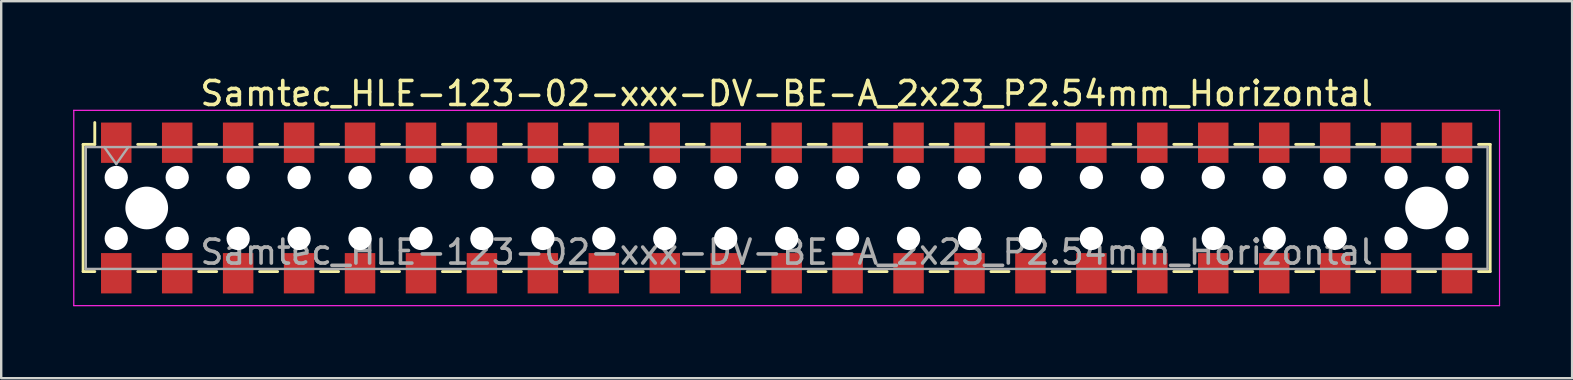
<source format=kicad_pcb>
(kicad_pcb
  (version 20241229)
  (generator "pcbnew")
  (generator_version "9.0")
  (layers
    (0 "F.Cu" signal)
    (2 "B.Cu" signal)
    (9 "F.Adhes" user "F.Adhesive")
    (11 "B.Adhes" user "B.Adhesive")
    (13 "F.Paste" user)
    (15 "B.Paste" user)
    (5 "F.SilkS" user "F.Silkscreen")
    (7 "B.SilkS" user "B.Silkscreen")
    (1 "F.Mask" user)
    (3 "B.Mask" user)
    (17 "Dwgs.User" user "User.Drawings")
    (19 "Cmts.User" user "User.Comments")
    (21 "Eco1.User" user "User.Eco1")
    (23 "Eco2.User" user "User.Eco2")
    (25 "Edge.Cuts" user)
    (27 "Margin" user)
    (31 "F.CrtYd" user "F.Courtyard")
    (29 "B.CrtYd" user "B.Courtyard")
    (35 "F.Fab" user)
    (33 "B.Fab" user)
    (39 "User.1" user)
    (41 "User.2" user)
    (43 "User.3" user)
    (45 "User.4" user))
  (footprint "Samtec_HLE-123-02-xxx-DV-BE-A_2x23_P2.54mm_Horizontal"
    (layer "F.Cu")
    (at 29.735 5.618)
    (property "Reference" "Samtec_HLE-123-02-xxx-DV-BE-A_2x23_P2.54mm_Horizontal" (at 0 -4.77 0) (layer "F.SilkS") (effects (font (size 1 1) (thickness 0.15))))
    (attr smd)
    (fp_line (start -29.32 -2.65) (end -29.32 2.65) (stroke (width 0.12) (type solid)) (layer "F.SilkS"))
    (fp_line (start -29.32 2.65) (end -28.835 2.65) (stroke (width 0.12) (type solid)) (layer "F.SilkS"))
    (fp_line (start -28.835 -3.56) (end -28.835 -2.65) (stroke (width 0.12) (type solid)) (layer "F.SilkS"))
    (fp_line (start -28.835 -2.65) (end -29.32 -2.65) (stroke (width 0.12) (type solid)) (layer "F.SilkS"))
    (fp_line (start -27.045 -2.65) (end -26.295 -2.65) (stroke (width 0.12) (type solid)) (layer "F.SilkS"))
    (fp_line (start -27.045 2.65) (end -26.295 2.65) (stroke (width 0.12) (type solid)) (layer "F.SilkS"))
    (fp_line (start -24.505 -2.65) (end -23.755 -2.65) (stroke (width 0.12) (type solid)) (layer "F.SilkS"))
    (fp_line (start -24.505 2.65) (end -23.755 2.65) (stroke (width 0.12) (type solid)) (layer "F.SilkS"))
    (fp_line (start -21.965 -2.65) (end -21.215 -2.65) (stroke (width 0.12) (type solid)) (layer "F.SilkS"))
    (fp_line (start -21.965 2.65) (end -21.215 2.65) (stroke (width 0.12) (type solid)) (layer "F.SilkS"))
    (fp_line (start -19.425 -2.65) (end -18.675 -2.65) (stroke (width 0.12) (type solid)) (layer "F.SilkS"))
    (fp_line (start -19.425 2.65) (end -18.675 2.65) (stroke (width 0.12) (type solid)) (layer "F.SilkS"))
    (fp_line (start -16.885 -2.65) (end -16.135 -2.65) (stroke (width 0.12) (type solid)) (layer "F.SilkS"))
    (fp_line (start -16.885 2.65) (end -16.135 2.65) (stroke (width 0.12) (type solid)) (layer "F.SilkS"))
    (fp_line (start -14.345 -2.65) (end -13.595 -2.65) (stroke (width 0.12) (type solid)) (layer "F.SilkS"))
    (fp_line (start -14.345 2.65) (end -13.595 2.65) (stroke (width 0.12) (type solid)) (layer "F.SilkS"))
    (fp_line (start -11.805 -2.65) (end -11.055 -2.65) (stroke (width 0.12) (type solid)) (layer "F.SilkS"))
    (fp_line (start -11.805 2.65) (end -11.055 2.65) (stroke (width 0.12) (type solid)) (layer "F.SilkS"))
    (fp_line (start -9.265 -2.65) (end -8.515 -2.65) (stroke (width 0.12) (type solid)) (layer "F.SilkS"))
    (fp_line (start -9.265 2.65) (end -8.515 2.65) (stroke (width 0.12) (type solid)) (layer "F.SilkS"))
    (fp_line (start -6.725 -2.65) (end -5.975 -2.65) (stroke (width 0.12) (type solid)) (layer "F.SilkS"))
    (fp_line (start -6.725 2.65) (end -5.975 2.65) (stroke (width 0.12) (type solid)) (layer "F.SilkS"))
    (fp_line (start -4.185 -2.65) (end -3.435 -2.65) (stroke (width 0.12) (type solid)) (layer "F.SilkS"))
    (fp_line (start -4.185 2.65) (end -3.435 2.65) (stroke (width 0.12) (type solid)) (layer "F.SilkS"))
    (fp_line (start -1.645 -2.65) (end -0.895 -2.65) (stroke (width 0.12) (type solid)) (layer "F.SilkS"))
    (fp_line (start -1.645 2.65) (end -0.895 2.65) (stroke (width 0.12) (type solid)) (layer "F.SilkS"))
    (fp_line (start 0.895 -2.65) (end 1.645 -2.65) (stroke (width 0.12) (type solid)) (layer "F.SilkS"))
    (fp_line (start 0.895 2.65) (end 1.645 2.65) (stroke (width 0.12) (type solid)) (layer "F.SilkS"))
    (fp_line (start 3.435 -2.65) (end 4.185 -2.65) (stroke (width 0.12) (type solid)) (layer "F.SilkS"))
    (fp_line (start 3.435 2.65) (end 4.185 2.65) (stroke (width 0.12) (type solid)) (layer "F.SilkS"))
    (fp_line (start 5.975 -2.65) (end 6.725 -2.65) (stroke (width 0.12) (type solid)) (layer "F.SilkS"))
    (fp_line (start 5.975 2.65) (end 6.725 2.65) (stroke (width 0.12) (type solid)) (layer "F.SilkS"))
    (fp_line (start 8.515 -2.65) (end 9.265 -2.65) (stroke (width 0.12) (type solid)) (layer "F.SilkS"))
    (fp_line (start 8.515 2.65) (end 9.265 2.65) (stroke (width 0.12) (type solid)) (layer "F.SilkS"))
    (fp_line (start 11.055 -2.65) (end 11.805 -2.65) (stroke (width 0.12) (type solid)) (layer "F.SilkS"))
    (fp_line (start 11.055 2.65) (end 11.805 2.65) (stroke (width 0.12) (type solid)) (layer "F.SilkS"))
    (fp_line (start 13.595 -2.65) (end 14.345 -2.65) (stroke (width 0.12) (type solid)) (layer "F.SilkS"))
    (fp_line (start 13.595 2.65) (end 14.345 2.65) (stroke (width 0.12) (type solid)) (layer "F.SilkS"))
    (fp_line (start 16.135 -2.65) (end 16.885 -2.65) (stroke (width 0.12) (type solid)) (layer "F.SilkS"))
    (fp_line (start 16.135 2.65) (end 16.885 2.65) (stroke (width 0.12) (type solid)) (layer "F.SilkS"))
    (fp_line (start 18.675 -2.65) (end 19.425 -2.65) (stroke (width 0.12) (type solid)) (layer "F.SilkS"))
    (fp_line (start 18.675 2.65) (end 19.425 2.65) (stroke (width 0.12) (type solid)) (layer "F.SilkS"))
    (fp_line (start 21.215 -2.65) (end 21.965 -2.65) (stroke (width 0.12) (type solid)) (layer "F.SilkS"))
    (fp_line (start 21.215 2.65) (end 21.965 2.65) (stroke (width 0.12) (type solid)) (layer "F.SilkS"))
    (fp_line (start 23.755 -2.65) (end 24.505 -2.65) (stroke (width 0.12) (type solid)) (layer "F.SilkS"))
    (fp_line (start 23.755 2.65) (end 24.505 2.65) (stroke (width 0.12) (type solid)) (layer "F.SilkS"))
    (fp_line (start 26.295 -2.65) (end 27.045 -2.65) (stroke (width 0.12) (type solid)) (layer "F.SilkS"))
    (fp_line (start 26.295 2.65) (end 27.045 2.65) (stroke (width 0.12) (type solid)) (layer "F.SilkS"))
    (fp_line (start 28.835 -2.65) (end 29.32 -2.65) (stroke (width 0.12) (type solid)) (layer "F.SilkS"))
    (fp_line (start 29.32 -2.65) (end 29.32 2.65) (stroke (width 0.12) (type solid)) (layer "F.SilkS"))
    (fp_line (start 29.32 2.65) (end 28.835 2.65) (stroke (width 0.12) (type solid)) (layer "F.SilkS"))
    (fp_line (start -29.71 -4.07) (end 29.71 -4.07) (stroke (width 0.05) (type solid)) (layer "F.CrtYd"))
    (fp_line (start -29.71 4.07) (end -29.71 -4.07) (stroke (width 0.05) (type solid)) (layer "F.CrtYd"))
    (fp_line (start 29.71 -4.07) (end 29.71 4.07) (stroke (width 0.05) (type solid)) (layer "F.CrtYd"))
    (fp_line (start 29.71 4.07) (end -29.71 4.07) (stroke (width 0.05) (type solid)) (layer "F.CrtYd"))
    (fp_line (start -29.21 -2.54) (end 29.21 -2.54) (stroke (width 0.1) (type solid)) (layer "F.Fab"))
    (fp_line (start -29.21 2.54) (end -29.21 -2.54) (stroke (width 0.1) (type solid)) (layer "F.Fab"))
    (fp_line (start -28.44 -2.54) (end -27.94 -1.833) (stroke (width 0.1) (type solid)) (layer "F.Fab"))
    (fp_line (start -27.94 -1.833) (end -27.44 -2.54) (stroke (width 0.1) (type solid)) (layer "F.Fab"))
    (fp_line (start 29.21 -2.54) (end 29.21 2.54) (stroke (width 0.1) (type solid)) (layer "F.Fab"))
    (fp_line (start 29.21 2.54) (end -29.21 2.54) (stroke (width 0.1) (type solid)) (layer "F.Fab"))
    (fp_text user "${REFERENCE}" (at 0 1.84 0) (layer "F.Fab") (effects (font (size 1 1) (thickness 0.15))))
    (pad "" np_thru_hole circle (at -27.94 -1.27) (size 0.97 0.97) (drill 0.97) (layers "*.Cu" "*.Mask"))
    (pad "" np_thru_hole circle (at -27.94 1.27) (size 0.97 0.97) (drill 0.97) (layers "*.Cu" "*.Mask"))
    (pad "" np_thru_hole circle (at -26.67 0) (size 1.78 1.78) (drill 1.78) (layers "*.Cu" "*.Mask"))
    (pad "" np_thru_hole circle (at -25.4 -1.27) (size 0.97 0.97) (drill 0.97) (layers "*.Cu" "*.Mask"))
    (pad "" np_thru_hole circle (at -25.4 1.27) (size 0.97 0.97) (drill 0.97) (layers "*.Cu" "*.Mask"))
    (pad "" np_thru_hole circle (at -22.86 -1.27) (size 0.97 0.97) (drill 0.97) (layers "*.Cu" "*.Mask"))
    (pad "" np_thru_hole circle (at -22.86 1.27) (size 0.97 0.97) (drill 0.97) (layers "*.Cu" "*.Mask"))
    (pad "" np_thru_hole circle (at -20.32 -1.27) (size 0.97 0.97) (drill 0.97) (layers "*.Cu" "*.Mask"))
    (pad "" np_thru_hole circle (at -20.32 1.27) (size 0.97 0.97) (drill 0.97) (layers "*.Cu" "*.Mask"))
    (pad "" np_thru_hole circle (at -17.78 -1.27) (size 0.97 0.97) (drill 0.97) (layers "*.Cu" "*.Mask"))
    (pad "" np_thru_hole circle (at -17.78 1.27) (size 0.97 0.97) (drill 0.97) (layers "*.Cu" "*.Mask"))
    (pad "" np_thru_hole circle (at -15.24 -1.27) (size 0.97 0.97) (drill 0.97) (layers "*.Cu" "*.Mask"))
    (pad "" np_thru_hole circle (at -15.24 1.27) (size 0.97 0.97) (drill 0.97) (layers "*.Cu" "*.Mask"))
    (pad "" np_thru_hole circle (at -12.7 -1.27) (size 0.97 0.97) (drill 0.97) (layers "*.Cu" "*.Mask"))
    (pad "" np_thru_hole circle (at -12.7 1.27) (size 0.97 0.97) (drill 0.97) (layers "*.Cu" "*.Mask"))
    (pad "" np_thru_hole circle (at -10.16 -1.27) (size 0.97 0.97) (drill 0.97) (layers "*.Cu" "*.Mask"))
    (pad "" np_thru_hole circle (at -10.16 1.27) (size 0.97 0.97) (drill 0.97) (layers "*.Cu" "*.Mask"))
    (pad "" np_thru_hole circle (at -7.62 -1.27) (size 0.97 0.97) (drill 0.97) (layers "*.Cu" "*.Mask"))
    (pad "" np_thru_hole circle (at -7.62 1.27) (size 0.97 0.97) (drill 0.97) (layers "*.Cu" "*.Mask"))
    (pad "" np_thru_hole circle (at -5.08 -1.27) (size 0.97 0.97) (drill 0.97) (layers "*.Cu" "*.Mask"))
    (pad "" np_thru_hole circle (at -5.08 1.27) (size 0.97 0.97) (drill 0.97) (layers "*.Cu" "*.Mask"))
    (pad "" np_thru_hole circle (at -2.54 -1.27) (size 0.97 0.97) (drill 0.97) (layers "*.Cu" "*.Mask"))
    (pad "" np_thru_hole circle (at -2.54 1.27) (size 0.97 0.97) (drill 0.97) (layers "*.Cu" "*.Mask"))
    (pad "" np_thru_hole circle (at 0 -1.27) (size 0.97 0.97) (drill 0.97) (layers "*.Cu" "*.Mask"))
    (pad "" np_thru_hole circle (at 0 1.27) (size 0.97 0.97) (drill 0.97) (layers "*.Cu" "*.Mask"))
    (pad "" np_thru_hole circle (at 2.54 -1.27) (size 0.97 0.97) (drill 0.97) (layers "*.Cu" "*.Mask"))
    (pad "" np_thru_hole circle (at 2.54 1.27) (size 0.97 0.97) (drill 0.97) (layers "*.Cu" "*.Mask"))
    (pad "" np_thru_hole circle (at 5.08 -1.27) (size 0.97 0.97) (drill 0.97) (layers "*.Cu" "*.Mask"))
    (pad "" np_thru_hole circle (at 5.08 1.27) (size 0.97 0.97) (drill 0.97) (layers "*.Cu" "*.Mask"))
    (pad "" np_thru_hole circle (at 7.62 -1.27) (size 0.97 0.97) (drill 0.97) (layers "*.Cu" "*.Mask"))
    (pad "" np_thru_hole circle (at 7.62 1.27) (size 0.97 0.97) (drill 0.97) (layers "*.Cu" "*.Mask"))
    (pad "" np_thru_hole circle (at 10.16 -1.27) (size 0.97 0.97) (drill 0.97) (layers "*.Cu" "*.Mask"))
    (pad "" np_thru_hole circle (at 10.16 1.27) (size 0.97 0.97) (drill 0.97) (layers "*.Cu" "*.Mask"))
    (pad "" np_thru_hole circle (at 12.7 -1.27) (size 0.97 0.97) (drill 0.97) (layers "*.Cu" "*.Mask"))
    (pad "" np_thru_hole circle (at 12.7 1.27) (size 0.97 0.97) (drill 0.97) (layers "*.Cu" "*.Mask"))
    (pad "" np_thru_hole circle (at 15.24 -1.27) (size 0.97 0.97) (drill 0.97) (layers "*.Cu" "*.Mask"))
    (pad "" np_thru_hole circle (at 15.24 1.27) (size 0.97 0.97) (drill 0.97) (layers "*.Cu" "*.Mask"))
    (pad "" np_thru_hole circle (at 17.78 -1.27) (size 0.97 0.97) (drill 0.97) (layers "*.Cu" "*.Mask"))
    (pad "" np_thru_hole circle (at 17.78 1.27) (size 0.97 0.97) (drill 0.97) (layers "*.Cu" "*.Mask"))
    (pad "" np_thru_hole circle (at 20.32 -1.27) (size 0.97 0.97) (drill 0.97) (layers "*.Cu" "*.Mask"))
    (pad "" np_thru_hole circle (at 20.32 1.27) (size 0.97 0.97) (drill 0.97) (layers "*.Cu" "*.Mask"))
    (pad "" np_thru_hole circle (at 22.86 -1.27) (size 0.97 0.97) (drill 0.97) (layers "*.Cu" "*.Mask"))
    (pad "" np_thru_hole circle (at 22.86 1.27) (size 0.97 0.97) (drill 0.97) (layers "*.Cu" "*.Mask"))
    (pad "" np_thru_hole circle (at 25.4 -1.27) (size 0.97 0.97) (drill 0.97) (layers "*.Cu" "*.Mask"))
    (pad "" np_thru_hole circle (at 25.4 1.27) (size 0.97 0.97) (drill 0.97) (layers "*.Cu" "*.Mask"))
    (pad "" np_thru_hole circle (at 26.67 0) (size 1.78 1.78) (drill 1.78) (layers "*.Cu" "*.Mask"))
    (pad "" np_thru_hole circle (at 27.94 -1.27) (size 0.97 0.97) (drill 0.97) (layers "*.Cu" "*.Mask"))
    (pad "" np_thru_hole circle (at 27.94 1.27) (size 0.97 0.97) (drill 0.97) (layers "*.Cu" "*.Mask"))
    (pad "1" smd rect (at -27.94 -2.72) (size 1.27 1.68) (layers "F.Cu" "F.Mask" "F.Paste"))
    (pad "2" smd rect (at -27.94 2.72) (size 1.27 1.68) (layers "F.Cu" "F.Mask" "F.Paste"))
    (pad "3" smd rect (at -25.4 -2.72) (size 1.27 1.68) (layers "F.Cu" "F.Mask" "F.Paste"))
    (pad "4" smd rect (at -25.4 2.72) (size 1.27 1.68) (layers "F.Cu" "F.Mask" "F.Paste"))
    (pad "5" smd rect (at -22.86 -2.72) (size 1.27 1.68) (layers "F.Cu" "F.Mask" "F.Paste"))
    (pad "6" smd rect (at -22.86 2.72) (size 1.27 1.68) (layers "F.Cu" "F.Mask" "F.Paste"))
    (pad "7" smd rect (at -20.32 -2.72) (size 1.27 1.68) (layers "F.Cu" "F.Mask" "F.Paste"))
    (pad "8" smd rect (at -20.32 2.72) (size 1.27 1.68) (layers "F.Cu" "F.Mask" "F.Paste"))
    (pad "9" smd rect (at -17.78 -2.72) (size 1.27 1.68) (layers "F.Cu" "F.Mask" "F.Paste"))
    (pad "10" smd rect (at -17.78 2.72) (size 1.27 1.68) (layers "F.Cu" "F.Mask" "F.Paste"))
    (pad "11" smd rect (at -15.24 -2.72) (size 1.27 1.68) (layers "F.Cu" "F.Mask" "F.Paste"))
    (pad "12" smd rect (at -15.24 2.72) (size 1.27 1.68) (layers "F.Cu" "F.Mask" "F.Paste"))
    (pad "13" smd rect (at -12.7 -2.72) (size 1.27 1.68) (layers "F.Cu" "F.Mask" "F.Paste"))
    (pad "14" smd rect (at -12.7 2.72) (size 1.27 1.68) (layers "F.Cu" "F.Mask" "F.Paste"))
    (pad "15" smd rect (at -10.16 -2.72) (size 1.27 1.68) (layers "F.Cu" "F.Mask" "F.Paste"))
    (pad "16" smd rect (at -10.16 2.72) (size 1.27 1.68) (layers "F.Cu" "F.Mask" "F.Paste"))
    (pad "17" smd rect (at -7.62 -2.72) (size 1.27 1.68) (layers "F.Cu" "F.Mask" "F.Paste"))
    (pad "18" smd rect (at -7.62 2.72) (size 1.27 1.68) (layers "F.Cu" "F.Mask" "F.Paste"))
    (pad "19" smd rect (at -5.08 -2.72) (size 1.27 1.68) (layers "F.Cu" "F.Mask" "F.Paste"))
    (pad "20" smd rect (at -5.08 2.72) (size 1.27 1.68) (layers "F.Cu" "F.Mask" "F.Paste"))
    (pad "21" smd rect (at -2.54 -2.72) (size 1.27 1.68) (layers "F.Cu" "F.Mask" "F.Paste"))
    (pad "22" smd rect (at -2.54 2.72) (size 1.27 1.68) (layers "F.Cu" "F.Mask" "F.Paste"))
    (pad "23" smd rect (at 0 -2.72) (size 1.27 1.68) (layers "F.Cu" "F.Mask" "F.Paste"))
    (pad "24" smd rect (at 0 2.72) (size 1.27 1.68) (layers "F.Cu" "F.Mask" "F.Paste"))
    (pad "25" smd rect (at 2.54 -2.72) (size 1.27 1.68) (layers "F.Cu" "F.Mask" "F.Paste"))
    (pad "26" smd rect (at 2.54 2.72) (size 1.27 1.68) (layers "F.Cu" "F.Mask" "F.Paste"))
    (pad "27" smd rect (at 5.08 -2.72) (size 1.27 1.68) (layers "F.Cu" "F.Mask" "F.Paste"))
    (pad "28" smd rect (at 5.08 2.72) (size 1.27 1.68) (layers "F.Cu" "F.Mask" "F.Paste"))
    (pad "29" smd rect (at 7.62 -2.72) (size 1.27 1.68) (layers "F.Cu" "F.Mask" "F.Paste"))
    (pad "30" smd rect (at 7.62 2.72) (size 1.27 1.68) (layers "F.Cu" "F.Mask" "F.Paste"))
    (pad "31" smd rect (at 10.16 -2.72) (size 1.27 1.68) (layers "F.Cu" "F.Mask" "F.Paste"))
    (pad "32" smd rect (at 10.16 2.72) (size 1.27 1.68) (layers "F.Cu" "F.Mask" "F.Paste"))
    (pad "33" smd rect (at 12.7 -2.72) (size 1.27 1.68) (layers "F.Cu" "F.Mask" "F.Paste"))
    (pad "34" smd rect (at 12.7 2.72) (size 1.27 1.68) (layers "F.Cu" "F.Mask" "F.Paste"))
    (pad "35" smd rect (at 15.24 -2.72) (size 1.27 1.68) (layers "F.Cu" "F.Mask" "F.Paste"))
    (pad "36" smd rect (at 15.24 2.72) (size 1.27 1.68) (layers "F.Cu" "F.Mask" "F.Paste"))
    (pad "37" smd rect (at 17.78 -2.72) (size 1.27 1.68) (layers "F.Cu" "F.Mask" "F.Paste"))
    (pad "38" smd rect (at 17.78 2.72) (size 1.27 1.68) (layers "F.Cu" "F.Mask" "F.Paste"))
    (pad "39" smd rect (at 20.32 -2.72) (size 1.27 1.68) (layers "F.Cu" "F.Mask" "F.Paste"))
    (pad "40" smd rect (at 20.32 2.72) (size 1.27 1.68) (layers "F.Cu" "F.Mask" "F.Paste"))
    (pad "41" smd rect (at 22.86 -2.72) (size 1.27 1.68) (layers "F.Cu" "F.Mask" "F.Paste"))
    (pad "42" smd rect (at 22.86 2.72) (size 1.27 1.68) (layers "F.Cu" "F.Mask" "F.Paste"))
    (pad "43" smd rect (at 25.4 -2.72) (size 1.27 1.68) (layers "F.Cu" "F.Mask" "F.Paste"))
    (pad "44" smd rect (at 25.4 2.72) (size 1.27 1.68) (layers "F.Cu" "F.Mask" "F.Paste"))
    (pad "45" smd rect (at 27.94 -2.72) (size 1.27 1.68) (layers "F.Cu" "F.Mask" "F.Paste"))
    (pad "46" smd rect (at 27.94 2.72) (size 1.27 1.68) (layers "F.Cu" "F.Mask" "F.Paste")))
  (gr_rect
    (start -3 -3)
    (end 62.47 12.713)
    (stroke (width 0.1) (type default))
    (fill no)
    (layer "Edge.Cuts")))
</source>
